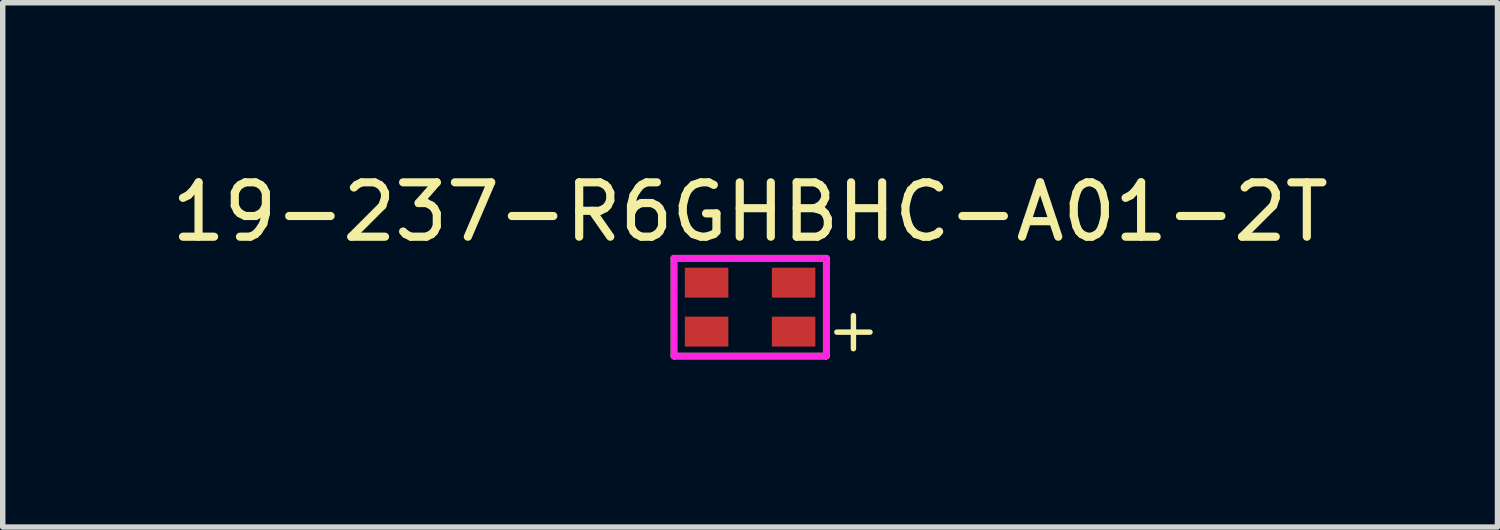
<source format=kicad_pcb>
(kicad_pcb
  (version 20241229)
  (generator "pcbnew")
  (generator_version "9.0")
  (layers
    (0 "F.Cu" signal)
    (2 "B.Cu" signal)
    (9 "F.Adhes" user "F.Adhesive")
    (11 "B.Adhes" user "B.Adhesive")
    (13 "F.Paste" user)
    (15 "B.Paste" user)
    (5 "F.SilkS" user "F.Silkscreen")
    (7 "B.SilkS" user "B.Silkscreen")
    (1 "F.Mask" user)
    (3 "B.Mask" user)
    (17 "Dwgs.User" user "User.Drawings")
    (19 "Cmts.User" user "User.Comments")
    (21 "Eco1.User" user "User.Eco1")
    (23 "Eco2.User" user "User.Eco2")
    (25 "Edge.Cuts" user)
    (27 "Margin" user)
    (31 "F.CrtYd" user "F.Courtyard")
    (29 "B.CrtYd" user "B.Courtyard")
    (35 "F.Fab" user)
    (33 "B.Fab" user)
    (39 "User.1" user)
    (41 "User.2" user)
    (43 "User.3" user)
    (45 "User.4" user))
  (footprint "19-237-R6GHBHC-A01-2T"
    (layer "F.Cu")
    (at 10.744 2.598)
    (property "Reference" "19-237-R6GHBHC-A01-2T" (at 0 -1.75 0) (layer "F.SilkS") (effects (font (size 1 1) (thickness 0.15))))
    (attr smd board_only)
    (fp_line (start -1.4 -0.9) (end 1.4 -0.9) (stroke (width 0.12) (type solid)) (layer "F.SilkS"))
    (fp_line (start -1.4 0.9) (end -1.4 -0.9) (stroke (width 0.12) (type solid)) (layer "F.SilkS"))
    (fp_line (start 1.4 -0.9) (end 1.4 0.9) (stroke (width 0.12) (type solid)) (layer "F.SilkS"))
    (fp_line (start 1.4 0.9) (end -1.4 0.9) (stroke (width 0.12) (type solid)) (layer "F.SilkS"))
    (fp_line (start -1.4 -0.9) (end 1.4 -0.9) (stroke (width 0.12) (type solid)) (layer "F.CrtYd"))
    (fp_line (start -1.4 0.9) (end -1.4 -0.9) (stroke (width 0.12) (type solid)) (layer "F.CrtYd"))
    (fp_line (start 1.4 -0.9) (end 1.4 0.9) (stroke (width 0.12) (type solid)) (layer "F.CrtYd"))
    (fp_line (start 1.4 0.9) (end -1.4 0.9) (stroke (width 0.12) (type solid)) (layer "F.CrtYd"))
    (fp_text user "+" (at 1.9 0.4 0) (layer "F.SilkS") (effects (font (size 0.8 0.8) (thickness 0.1))))
    (pad "1" smd rect (at -0.8 0.45) (size 0.8 0.55) (layers "F.Cu" "F.Mask" "F.Paste"))
    (pad "2" smd rect (at -0.8 -0.45) (size 0.8 0.55) (layers "F.Cu" "F.Mask" "F.Paste"))
    (pad "3" smd rect (at 0.8 -0.45) (size 0.8 0.55) (layers "F.Cu" "F.Mask" "F.Paste"))
    (pad "4" smd rect (at 0.8 0.45) (size 0.8 0.55) (layers "F.Cu" "F.Mask" "F.Paste")))
  (gr_rect
    (start -3 -3)
    (end 24.488 6.642)
    (stroke (width 0.1) (type default))
    (fill no)
    (layer "Edge.Cuts")))
</source>
